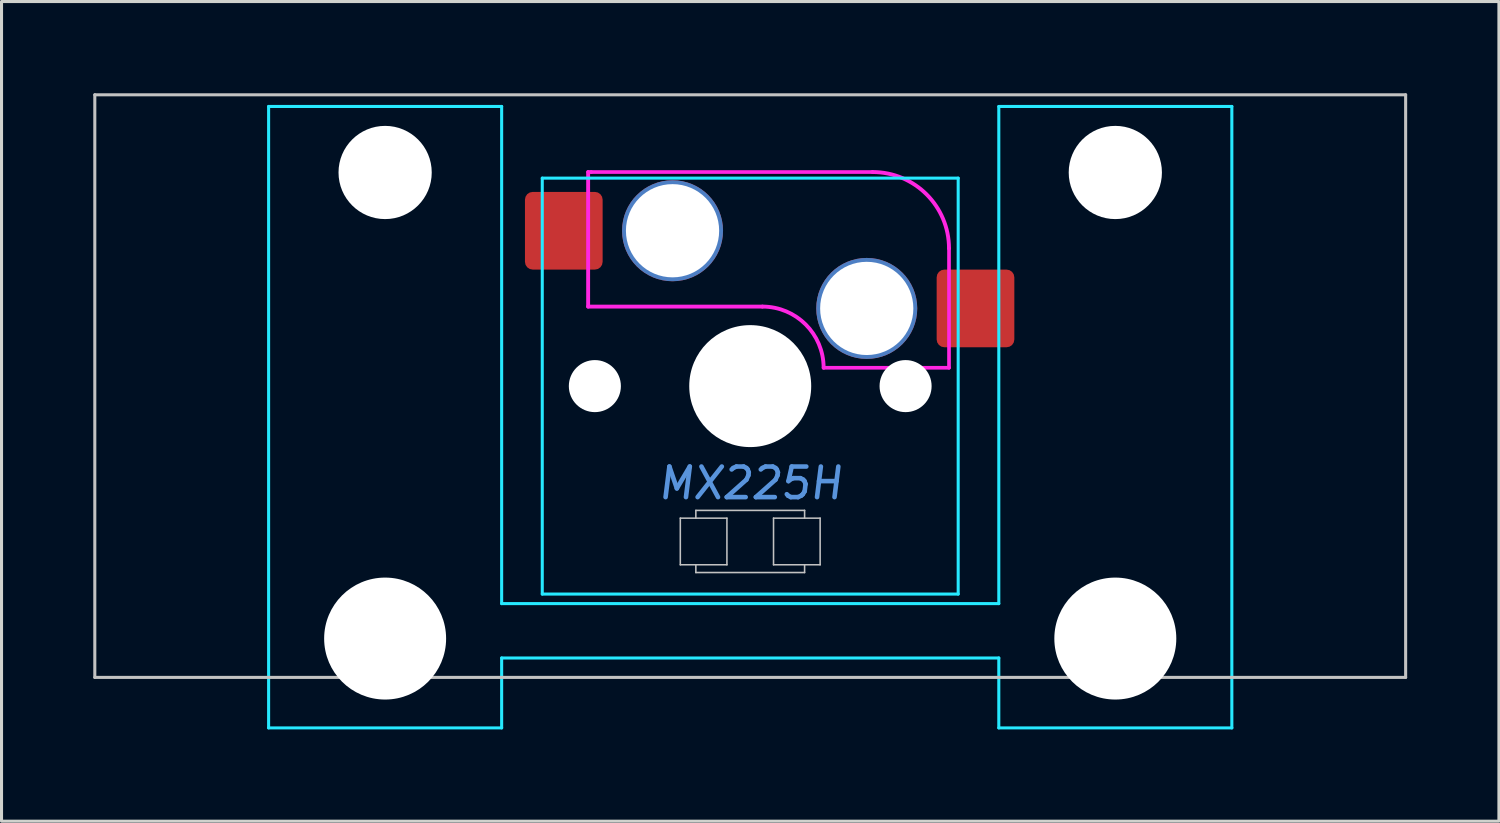
<source format=kicad_pcb>
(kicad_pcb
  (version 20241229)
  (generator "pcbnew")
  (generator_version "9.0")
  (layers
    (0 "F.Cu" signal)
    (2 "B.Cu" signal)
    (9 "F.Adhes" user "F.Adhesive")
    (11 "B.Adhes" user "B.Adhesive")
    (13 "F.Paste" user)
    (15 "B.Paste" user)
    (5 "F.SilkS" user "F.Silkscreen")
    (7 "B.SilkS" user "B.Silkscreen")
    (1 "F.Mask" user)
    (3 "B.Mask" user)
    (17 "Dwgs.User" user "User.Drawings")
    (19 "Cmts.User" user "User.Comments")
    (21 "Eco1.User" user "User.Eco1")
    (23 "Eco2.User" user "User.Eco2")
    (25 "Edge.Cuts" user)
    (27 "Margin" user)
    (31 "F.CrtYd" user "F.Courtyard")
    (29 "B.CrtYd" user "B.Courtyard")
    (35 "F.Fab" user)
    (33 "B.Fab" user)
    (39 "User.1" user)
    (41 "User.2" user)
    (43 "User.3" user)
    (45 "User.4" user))
  (footprint "MX225H"
    (layer "F.Cu")
    (at 21.481 9.575)
    (property "Reference" "MX225H" (at 0 3.175 0) (layer "Cmts.User") (effects (font (size 1 1) (thickness 0.15) (italic yes))))
    (attr smd)
    (fp_line (start -21.431 -9.525) (end -21.431 9.525) (stroke (width 0.1) (type solid)) (layer "Dwgs.User"))
    (fp_line (start -21.431 -9.525) (end 21.431 -9.525) (stroke (width 0.1) (type solid)) (layer "Dwgs.User"))
    (fp_line (start -21.431 9.525) (end 21.431 9.525) (stroke (width 0.1) (type solid)) (layer "Dwgs.User"))
    (fp_line (start -2.286 4.318) (end -0.762 4.318) (stroke (width 0.051) (type solid)) (layer "Dwgs.User"))
    (fp_line (start -2.286 5.842) (end -2.286 4.318) (stroke (width 0.051) (type solid)) (layer "Dwgs.User"))
    (fp_line (start -1.778 4.064) (end 1.778 4.064) (stroke (width 0.051) (type solid)) (layer "Dwgs.User"))
    (fp_line (start -1.778 4.318) (end -1.778 4.064) (stroke (width 0.051) (type solid)) (layer "Dwgs.User"))
    (fp_line (start -1.778 6.096) (end -1.778 5.842) (stroke (width 0.051) (type solid)) (layer "Dwgs.User"))
    (fp_line (start -0.762 4.318) (end -0.762 5.842) (stroke (width 0.051) (type solid)) (layer "Dwgs.User"))
    (fp_line (start -0.762 5.842) (end -2.286 5.842) (stroke (width 0.051) (type solid)) (layer "Dwgs.User"))
    (fp_line (start 0.762 4.318) (end 2.286 4.318) (stroke (width 0.051) (type solid)) (layer "Dwgs.User"))
    (fp_line (start 0.762 5.842) (end 0.762 4.318) (stroke (width 0.051) (type solid)) (layer "Dwgs.User"))
    (fp_line (start 1.778 4.064) (end 1.778 4.318) (stroke (width 0.051) (type solid)) (layer "Dwgs.User"))
    (fp_line (start 1.778 5.842) (end 1.778 6.096) (stroke (width 0.051) (type solid)) (layer "Dwgs.User"))
    (fp_line (start 1.778 6.096) (end -1.778 6.096) (stroke (width 0.051) (type solid)) (layer "Dwgs.User"))
    (fp_line (start 2.286 4.318) (end 2.286 5.842) (stroke (width 0.051) (type solid)) (layer "Dwgs.User"))
    (fp_line (start 2.286 5.842) (end 0.762 5.842) (stroke (width 0.051) (type solid)) (layer "Dwgs.User"))
    (fp_line (start 21.431 -9.525) (end 21.431 9.525) (stroke (width 0.1) (type solid)) (layer "Dwgs.User"))
    (fp_line (start -15.438 -5.485) (end -15.438 8.515) (stroke (width 0.1) (type solid)) (layer "Eco1.User"))
    (fp_line (start -14.938 -5.985) (end -8.938 -5.985) (stroke (width 0.1) (type solid)) (layer "Eco1.User"))
    (fp_line (start -8.938 9.015) (end -14.938 9.015) (stroke (width 0.1) (type solid)) (layer "Eco1.User"))
    (fp_line (start -8.438 8.515) (end -8.438 -5.485) (stroke (width 0.1) (type solid)) (layer "Eco1.User"))
    (fp_line (start -7 -6.5) (end -7 6.5) (stroke (width 0.1) (type solid)) (layer "Eco1.User"))
    (fp_line (start -6.5 7) (end 6.5 7) (stroke (width 0.1) (type solid)) (layer "Eco1.User"))
    (fp_line (start 6.5 -7) (end -6.5 -7) (stroke (width 0.1) (type solid)) (layer "Eco1.User"))
    (fp_line (start 7 6.5) (end 7 -6.5) (stroke (width 0.1) (type solid)) (layer "Eco1.User"))
    (fp_line (start 8.438 -5.485) (end 8.438 8.515) (stroke (width 0.1) (type solid)) (layer "Eco1.User"))
    (fp_line (start 8.938 -5.985) (end 14.938 -5.985) (stroke (width 0.1) (type solid)) (layer "Eco1.User"))
    (fp_line (start 14.938 9.015) (end 8.938 9.015) (stroke (width 0.1) (type solid)) (layer "Eco1.User"))
    (fp_line (start 15.438 8.515) (end 15.438 -5.485) (stroke (width 0.1) (type solid)) (layer "Eco1.User"))
    (fp_arc (start -15.438 -5.485) (mid -15.291553 -5.838553) (end -14.938 -5.985) (stroke (width 0.1) (type solid)) (layer "Eco1.User"))
    (fp_arc (start -14.938 9.015) (mid -15.291553 8.868553) (end -15.438 8.515) (stroke (width 0.1) (type solid)) (layer "Eco1.User"))
    (fp_arc (start -8.938 -5.985) (mid -8.584447 -5.838553) (end -8.438 -5.485) (stroke (width 0.1) (type solid)) (layer "Eco1.User"))
    (fp_arc (start -8.438 8.515) (mid -8.584447 8.868553) (end -8.938 9.015) (stroke (width 0.1) (type solid)) (layer "Eco1.User"))
    (fp_arc (start -7 -6.5) (mid -6.853553 -6.853553) (end -6.5 -7) (stroke (width 0.1) (type solid)) (layer "Eco1.User"))
    (fp_arc (start -6.5 7) (mid -6.853553 6.853553) (end -7 6.5) (stroke (width 0.1) (type solid)) (layer "Eco1.User"))
    (fp_arc (start 6.5 -7) (mid 6.853553 -6.853553) (end 7 -6.5) (stroke (width 0.1) (type solid)) (layer "Eco1.User"))
    (fp_arc (start 7 6.5) (mid 6.853553 6.853553) (end 6.5 7) (stroke (width 0.1) (type solid)) (layer "Eco1.User"))
    (fp_arc (start 8.438 -5.485) (mid 8.584447 -5.838553) (end 8.938 -5.985) (stroke (width 0.1) (type solid)) (layer "Eco1.User"))
    (fp_arc (start 8.938 9.015) (mid 8.584447 8.868553) (end 8.438 8.515) (stroke (width 0.1) (type solid)) (layer "Eco1.User"))
    (fp_arc (start 14.938 -5.985) (mid 15.291553 -5.838553) (end 15.438 -5.485) (stroke (width 0.1) (type solid)) (layer "Eco1.User"))
    (fp_arc (start 15.438 8.515) (mid 15.291553 8.868553) (end 14.938 9.015) (stroke (width 0.1) (type solid)) (layer "Eco1.User"))
    (fp_line (start -15.748 -9.144) (end -15.748 11.176) (stroke (width 0.1) (type solid)) (layer "B.CrtYd"))
    (fp_line (start -15.748 11.176) (end -8.128 11.176) (stroke (width 0.1) (type solid)) (layer "B.CrtYd"))
    (fp_line (start -8.128 -9.144) (end -15.748 -9.144) (stroke (width 0.1) (type solid)) (layer "B.CrtYd"))
    (fp_line (start -8.128 7.112) (end -8.128 -9.144) (stroke (width 0.1) (type solid)) (layer "B.CrtYd"))
    (fp_line (start -8.128 7.112) (end 8.128 7.112) (stroke (width 0.1) (type solid)) (layer "B.CrtYd"))
    (fp_line (start -8.128 8.89) (end -8.128 11.176) (stroke (width 0.1) (type solid)) (layer "B.CrtYd"))
    (fp_line (start -8.128 8.89) (end 8.128 8.89) (stroke (width 0.1) (type solid)) (layer "B.CrtYd"))
    (fp_line (start -6.8 -6.8) (end -6.8 6.8) (stroke (width 0.1) (type solid)) (layer "B.CrtYd"))
    (fp_line (start 6.8 -6.8) (end -6.8 -6.8) (stroke (width 0.1) (type solid)) (layer "B.CrtYd"))
    (fp_line (start 6.8 -6.8) (end 6.8 6.8) (stroke (width 0.1) (type solid)) (layer "B.CrtYd"))
    (fp_line (start 6.8 6.8) (end -6.8 6.8) (stroke (width 0.1) (type solid)) (layer "B.CrtYd"))
    (fp_line (start 8.128 -9.144) (end 15.748 -9.144) (stroke (width 0.1) (type solid)) (layer "B.CrtYd"))
    (fp_line (start 8.128 7.112) (end 8.128 -9.142) (stroke (width 0.1) (type solid)) (layer "B.CrtYd"))
    (fp_line (start 8.128 8.89) (end 8.128 11.176) (stroke (width 0.1) (type solid)) (layer "B.CrtYd"))
    (fp_line (start 15.748 11.176) (end 8.128 11.176) (stroke (width 0.1) (type solid)) (layer "B.CrtYd"))
    (fp_line (start 15.748 11.176) (end 15.748 -9.144) (stroke (width 0.1) (type solid)) (layer "B.CrtYd"))
    (fp_line (start -5.3 -7) (end -5.3 -2.6) (stroke (width 0.127) (type solid)) (layer "F.CrtYd"))
    (fp_line (start -5.2 -7) (end -5.3 -7) (stroke (width 0.12) (type solid)) (layer "F.CrtYd"))
    (fp_line (start 0.4 -2.6) (end -5.3 -2.6) (stroke (width 0.127) (type solid)) (layer "F.CrtYd"))
    (fp_line (start 4 -7) (end -5.2 -7) (stroke (width 0.12) (type solid)) (layer "F.CrtYd"))
    (fp_line (start 6.5 -4.5) (end 6.5 -0.6) (stroke (width 0.12) (type solid)) (layer "F.CrtYd"))
    (fp_line (start 6.5 -0.6) (end 2.4 -0.6) (stroke (width 0.12) (type solid)) (layer "F.CrtYd"))
    (fp_arc (start 0.4 -2.6) (mid 1.814214 -2.014214) (end 2.4 -0.6) (stroke (width 0.127) (type solid)) (layer "F.CrtYd"))
    (fp_arc (start 4 -7) (mid 5.767767 -6.267767) (end 6.5 -4.5) (stroke (width 0.127) (type solid)) (layer "F.CrtYd"))
    (pad "" np_thru_hole circle (at -11.938 -6.985) (size 3.048 3.048) (drill 3.048) (layers "*.Cu" "*.Mask"))
    (pad "" np_thru_hole circle (at -11.938 8.255) (size 3.988 3.988) (drill 3.988) (layers "*.Cu" "*.Mask"))
    (pad "" np_thru_hole circle (at -5.08 0) (size 1.702 1.702) (drill 1.702) (layers "*.Cu" "*.Mask"))
    (pad "" np_thru_hole circle (at -2.54 -5.08) (size 3.302 3.302) (drill 3.048) (layers "*.Cu" "*.Mask"))
    (pad "" np_thru_hole circle (at 0 0) (size 3.988 3.988) (drill 3.988) (layers "*.Cu" "*.Mask"))
    (pad "" np_thru_hole circle (at 3.81 -2.54) (size 3.302 3.302) (drill 3.048) (layers "*.Cu" "*.Mask"))
    (pad "" np_thru_hole circle (at 5.08 0) (size 1.702 1.702) (drill 1.702) (layers "*.Cu" "*.Mask"))
    (pad "" np_thru_hole circle (at 11.938 -6.985) (size 3.048 3.048) (drill 3.048) (layers "*.Cu" "*.Mask"))
    (pad "" np_thru_hole circle (at 11.938 8.255) (size 3.988 3.988) (drill 3.988) (layers "*.Cu" "*.Mask"))
    (pad "1" smd roundrect (at -6.096 -5.08) (size 2.54 2.54) (layers "F.Cu" "F.Mask") (roundrect_rratio 0.1))
    (pad "2" smd roundrect (at 7.366 -2.54) (size 2.54 2.54) (layers "F.Cu" "F.Mask") (roundrect_rratio 0.1)))
  (gr_rect
    (start -3 -3)
    (end 45.962 23.801)
    (stroke (width 0.1) (type default))
    (fill no)
    (layer "Edge.Cuts")))
</source>
